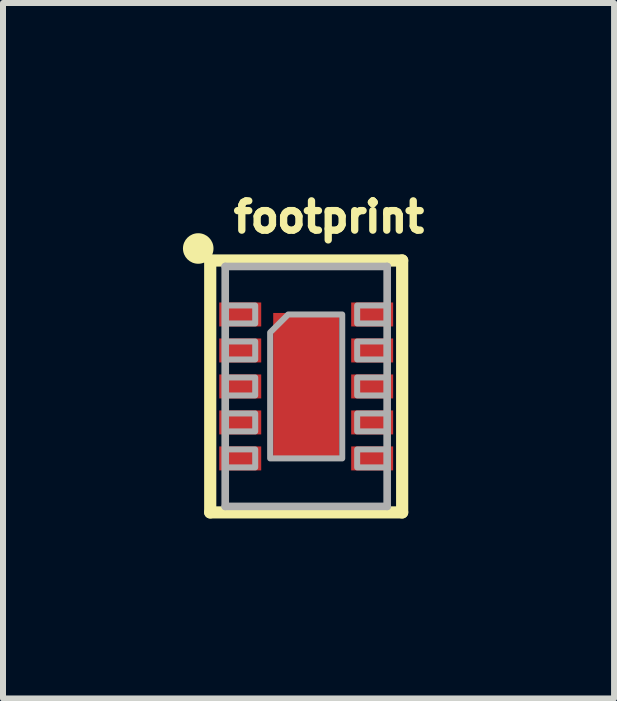
<source format=kicad_pcb>
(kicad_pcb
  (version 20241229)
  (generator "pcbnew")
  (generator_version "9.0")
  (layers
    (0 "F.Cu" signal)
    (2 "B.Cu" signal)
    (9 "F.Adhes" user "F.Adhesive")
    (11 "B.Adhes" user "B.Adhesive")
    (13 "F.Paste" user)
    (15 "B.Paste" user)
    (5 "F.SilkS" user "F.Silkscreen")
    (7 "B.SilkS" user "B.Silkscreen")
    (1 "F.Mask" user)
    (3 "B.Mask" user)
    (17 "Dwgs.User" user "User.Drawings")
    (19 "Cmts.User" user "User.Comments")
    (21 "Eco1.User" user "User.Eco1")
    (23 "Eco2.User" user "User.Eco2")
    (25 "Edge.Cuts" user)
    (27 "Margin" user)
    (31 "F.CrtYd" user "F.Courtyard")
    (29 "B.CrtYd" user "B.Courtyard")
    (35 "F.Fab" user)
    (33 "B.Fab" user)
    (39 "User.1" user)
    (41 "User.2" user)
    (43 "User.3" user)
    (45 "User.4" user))
  (footprint "footprint"
    (layer "F.Cu")
    (at 2.055 3.393)
    (property "Reference" "footprint" (at -1.27 -2.54 0) (layer "F.SilkS") (effects (font (size 0.488 0.488) (thickness 0.122)) (justify left bottom)))
    (fp_poly (pts (xy 0.65 1.25) (xy -0.65 1.25) (xy -0.65 -0.96) (xy -0.36 -1.25) (xy 0.65 -1.25)) (stroke (width 0) (type solid)) (fill yes) (layer "F.Mask"))
    (fp_line (start -1.6 -2.1) (end -1.6 2.1) (stroke (width 0.203) (type solid)) (layer "F.SilkS"))
    (fp_line (start -1.6 2.1) (end 1.6 2.1) (stroke (width 0.203) (type solid)) (layer "F.SilkS"))
    (fp_line (start 1.6 -2.1) (end -1.6 -2.1) (stroke (width 0.203) (type solid)) (layer "F.SilkS"))
    (fp_line (start 1.6 2.1) (end 1.6 -2.1) (stroke (width 0.203) (type solid)) (layer "F.SilkS"))
    (fp_circle (center -1.8 -2.3) (end -1.673 -2.3) (stroke (width 0.255) (type solid)) (fill yes) (layer "F.SilkS"))
    (fp_poly (pts (xy -0.359 0.3) (xy 0.359 0.3) (xy 0.359 -0.4) (xy -0.359 -0.4)) (stroke (width 0) (type solid)) (fill yes) (layer "F.Paste"))
    (fp_line (start -1.35 -2) (end -1.35 2) (stroke (width 0.127) (type solid)) (layer "F.Fab"))
    (fp_line (start -1.35 2) (end 1.35 2) (stroke (width 0.127) (type solid)) (layer "F.Fab"))
    (fp_line (start 1.35 -2) (end -1.35 -2) (stroke (width 0.127) (type solid)) (layer "F.Fab"))
    (fp_line (start 1.35 2) (end 1.35 -2) (stroke (width 0.127) (type solid)) (layer "F.Fab"))
    (fp_poly (pts (xy -1.35 -1.05) (xy -0.85 -1.05) (xy -0.85 -1.35) (xy -1.35 -1.35)) (stroke (width 0.1) (type solid)) (fill no) (layer "F.Fab"))
    (fp_poly (pts (xy -1.35 -0.45) (xy -0.85 -0.45) (xy -0.85 -0.75) (xy -1.35 -0.75)) (stroke (width 0.1) (type solid)) (fill no) (layer "F.Fab"))
    (fp_poly (pts (xy -1.35 0.15) (xy -0.85 0.15) (xy -0.85 -0.15) (xy -1.35 -0.15)) (stroke (width 0.1) (type solid)) (fill no) (layer "F.Fab"))
    (fp_poly (pts (xy -1.35 0.75) (xy -0.85 0.75) (xy -0.85 0.45) (xy -1.35 0.45)) (stroke (width 0.1) (type solid)) (fill no) (layer "F.Fab"))
    (fp_poly (pts (xy -1.35 1.35) (xy -0.85 1.35) (xy -0.85 1.05) (xy -1.35 1.05)) (stroke (width 0.1) (type solid)) (fill no) (layer "F.Fab"))
    (fp_poly (pts (xy 0.85 -1.05) (xy 1.35 -1.05) (xy 1.35 -1.35) (xy 0.85 -1.35)) (stroke (width 0.1) (type solid)) (fill no) (layer "F.Fab"))
    (fp_poly (pts (xy 0.85 -0.45) (xy 1.35 -0.45) (xy 1.35 -0.75) (xy 0.85 -0.75)) (stroke (width 0.1) (type solid)) (fill no) (layer "F.Fab"))
    (fp_poly (pts (xy 0.85 0.15) (xy 1.35 0.15) (xy 1.35 -0.15) (xy 0.85 -0.15)) (stroke (width 0.1) (type solid)) (fill no) (layer "F.Fab"))
    (fp_poly (pts (xy 0.85 0.75) (xy 1.35 0.75) (xy 1.35 0.45) (xy 0.85 0.45)) (stroke (width 0.1) (type solid)) (fill no) (layer "F.Fab"))
    (fp_poly (pts (xy 0.85 1.35) (xy 1.35 1.35) (xy 1.35 1.05) (xy 0.85 1.05)) (stroke (width 0.1) (type solid)) (fill no) (layer "F.Fab"))
    (fp_poly (pts (xy 0.601 1.2) (xy -0.601 1.2) (xy -0.601 -0.9) (xy -0.3 -1.2) (xy 0.601 -1.2)) (stroke (width 0.1) (type solid)) (fill no) (layer "F.Fab"))
    (pad "1" smd rect (at -1.1 -1.2) (size 0.7 0.4) (layers "F.Cu" "F.Mask" "F.Paste"))
    (pad "2" smd rect (at -1.1 -0.6) (size 0.7 0.4) (layers "F.Cu" "F.Mask" "F.Paste"))
    (pad "3" smd rect (at -1.1 0) (size 0.7 0.4) (layers "F.Cu" "F.Mask" "F.Paste"))
    (pad "4" smd rect (at -1.1 0.6) (size 0.7 0.4) (layers "F.Cu" "F.Mask" "F.Paste"))
    (pad "5" smd rect (at -1.1 1.2) (size 0.7 0.4) (layers "F.Cu" "F.Mask" "F.Paste"))
    (pad "6" smd rect (at 1.1 1.2 180) (size 0.7 0.4) (layers "F.Cu" "F.Mask" "F.Paste"))
    (pad "7" smd rect (at 1.1 0.6 180) (size 0.7 0.4) (layers "F.Cu" "F.Mask" "F.Paste"))
    (pad "8" smd rect (at 1.1 0 180) (size 0.7 0.4) (layers "F.Cu" "F.Mask" "F.Paste"))
    (pad "9" smd rect (at 1.1 -0.6 180) (size 0.7 0.4) (layers "F.Cu" "F.Mask" "F.Paste"))
    (pad "10" smd rect (at 1.1 -1.2 180) (size 0.7 0.4) (layers "F.Cu" "F.Mask" "F.Paste"))
    (pad "EP" smd rect (at 0 0) (size 1.1 2.45) (layers "F.Cu")))
  (gr_rect
    (start -3 -3)
    (end 7.188 8.595)
    (stroke (width 0.1) (type default))
    (fill no)
    (layer "Edge.Cuts")))
</source>
